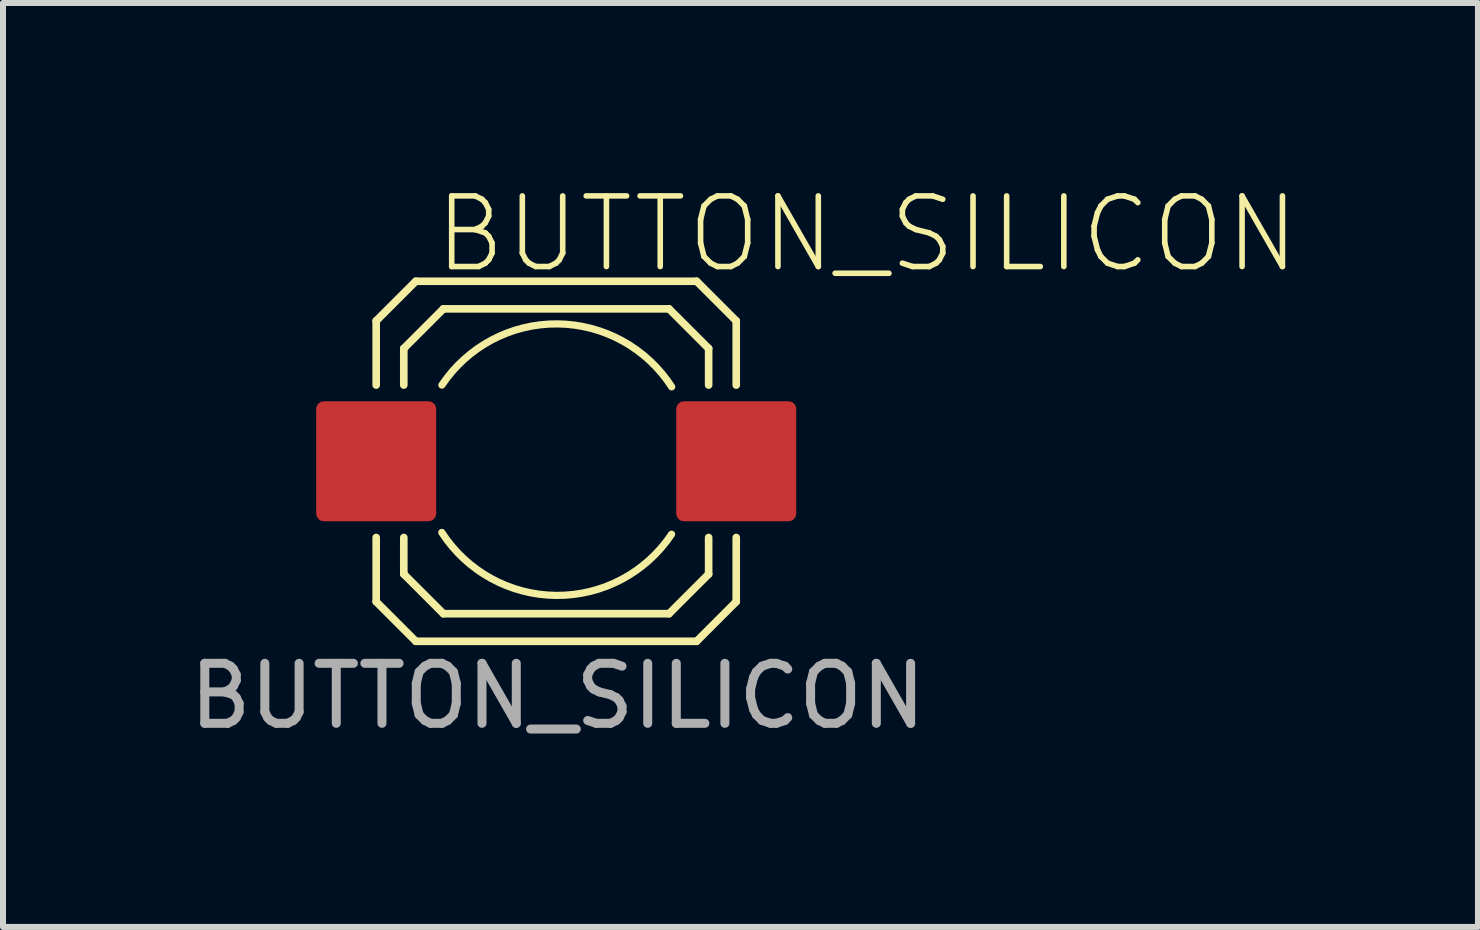
<source format=kicad_pcb>
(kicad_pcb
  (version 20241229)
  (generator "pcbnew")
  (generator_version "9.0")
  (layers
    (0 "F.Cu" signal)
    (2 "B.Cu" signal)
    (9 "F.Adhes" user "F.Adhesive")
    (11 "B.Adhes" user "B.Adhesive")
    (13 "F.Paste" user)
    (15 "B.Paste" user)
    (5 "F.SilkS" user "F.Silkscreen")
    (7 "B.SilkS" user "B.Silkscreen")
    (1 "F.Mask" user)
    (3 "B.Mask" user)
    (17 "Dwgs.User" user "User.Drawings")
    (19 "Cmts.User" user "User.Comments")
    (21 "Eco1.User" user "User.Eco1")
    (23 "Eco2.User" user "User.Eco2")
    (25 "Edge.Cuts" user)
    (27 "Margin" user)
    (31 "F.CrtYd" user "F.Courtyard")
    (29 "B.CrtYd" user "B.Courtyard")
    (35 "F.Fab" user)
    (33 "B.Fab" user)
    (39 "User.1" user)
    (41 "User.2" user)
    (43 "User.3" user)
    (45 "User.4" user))
  (footprint "BUTTON_SILICON"
    (layer "F.Cu")
    (at 6.219 4.637)
    (property "Reference" "BUTTON_SILICON" (at -2.083 -3.785 180) (layer "F.SilkS") (effects (font (size 1.177 1.177) (thickness 0.093)) (justify left)))
    (fp_line (start -3 -2.34) (end -2.34 -3) (stroke (width 0.127) (type solid)) (layer "F.SilkS"))
    (fp_line (start -3 -1.27) (end -3 -2.34) (stroke (width 0.127) (type solid)) (layer "F.SilkS"))
    (fp_line (start -3 2.34) (end -3 1.27) (stroke (width 0.127) (type solid)) (layer "F.SilkS"))
    (fp_line (start -2.54 -1.88) (end -2.54 -1.27) (stroke (width 0.127) (type solid)) (layer "F.SilkS"))
    (fp_line (start -2.54 1.27) (end -2.54 1.88) (stroke (width 0.127) (type solid)) (layer "F.SilkS"))
    (fp_line (start -2.54 1.88) (end -1.88 2.54) (stroke (width 0.127) (type solid)) (layer "F.SilkS"))
    (fp_line (start -2.34 -3) (end 2.34 -3) (stroke (width 0.127) (type solid)) (layer "F.SilkS"))
    (fp_line (start -2.34 3) (end -3 2.34) (stroke (width 0.127) (type solid)) (layer "F.SilkS"))
    (fp_line (start -1.88 -2.54) (end -2.54 -1.88) (stroke (width 0.127) (type solid)) (layer "F.SilkS"))
    (fp_line (start -1.88 2.54) (end 1.88 2.54) (stroke (width 0.127) (type solid)) (layer "F.SilkS"))
    (fp_line (start 1.88 -2.54) (end -1.88 -2.54) (stroke (width 0.127) (type solid)) (layer "F.SilkS"))
    (fp_line (start 1.88 2.54) (end 2.54 1.88) (stroke (width 0.127) (type solid)) (layer "F.SilkS"))
    (fp_line (start 2.34 -3) (end 3 -2.34) (stroke (width 0.127) (type solid)) (layer "F.SilkS"))
    (fp_line (start 2.34 3) (end -2.34 3) (stroke (width 0.127) (type solid)) (layer "F.SilkS"))
    (fp_line (start 2.54 -1.88) (end 1.88 -2.54) (stroke (width 0.127) (type solid)) (layer "F.SilkS"))
    (fp_line (start 2.54 -1.88) (end 2.54 -1.27) (stroke (width 0.127) (type solid)) (layer "F.SilkS"))
    (fp_line (start 2.54 1.27) (end 2.54 1.88) (stroke (width 0.127) (type solid)) (layer "F.SilkS"))
    (fp_line (start 3 -1.27) (end 3 -2.34) (stroke (width 0.127) (type solid)) (layer "F.SilkS"))
    (fp_line (start 3 2.34) (end 2.34 3) (stroke (width 0.127) (type solid)) (layer "F.SilkS"))
    (fp_line (start 3 2.34) (end 3 1.27) (stroke (width 0.127) (type solid)) (layer "F.SilkS"))
    (fp_arc (start -1.905 -1.27) (mid 0.017556 -2.289458) (end 1.924252 -1.240636) (stroke (width 0.12) (type solid)) (layer "F.SilkS"))
    (fp_arc (start 1.922556 1.215742) (mid 0 2.2352) (end -1.906696 1.186378) (stroke (width 0.12) (type solid)) (layer "F.SilkS"))
    (fp_text user "${REFERENCE}" (at 0.025 3.912 0) (unlocked yes) (layer "F.Fab") (effects (font (size 1 1) (thickness 0.15))))
    (pad "1" smd roundrect (at -3 0) (size 2 2) (layers "F.Cu" "F.Mask" "F.Paste") (roundrect_rratio 0.064))
    (pad "2" smd roundrect (at 3 0) (size 2 2) (layers "F.Cu" "F.Mask" "F.Paste") (roundrect_rratio 0.064)))
  (gr_rect
    (start -3 -3)
    (end 21.579 12.397)
    (stroke (width 0.1) (type default))
    (fill no)
    (layer "Edge.Cuts")))
</source>
